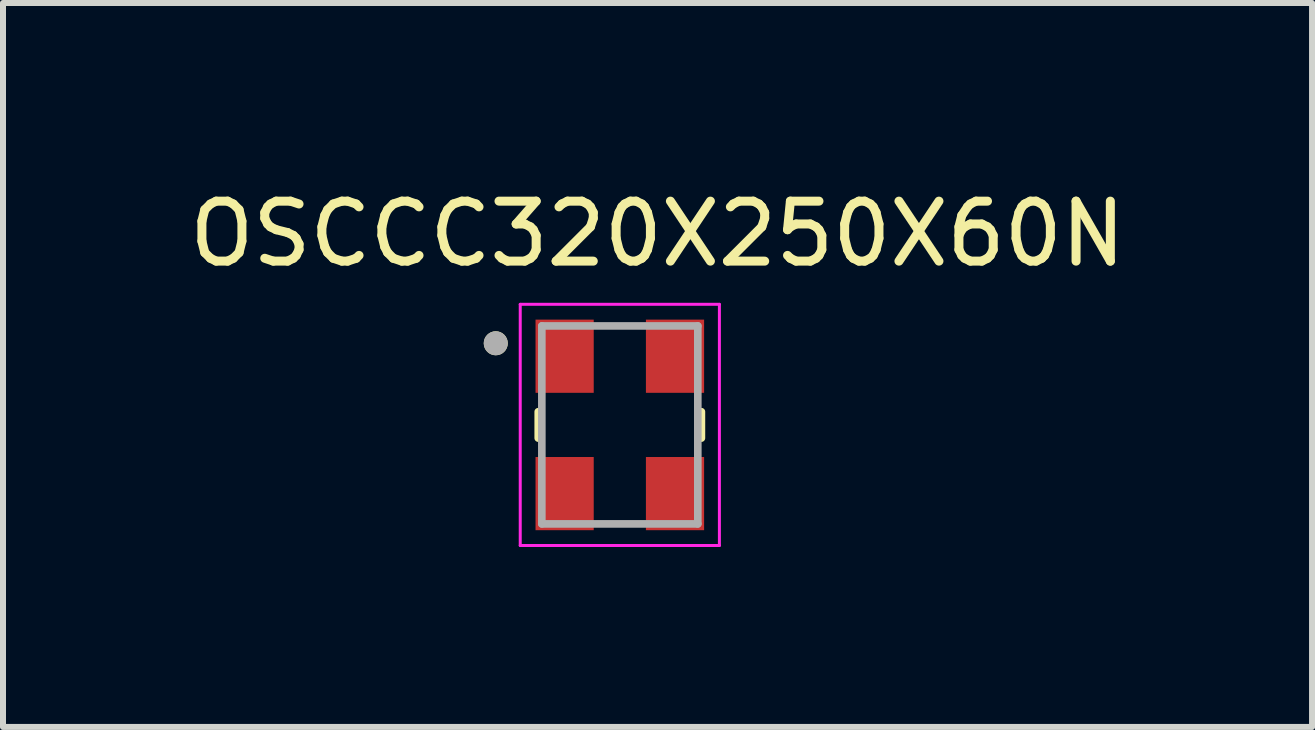
<source format=kicad_pcb>
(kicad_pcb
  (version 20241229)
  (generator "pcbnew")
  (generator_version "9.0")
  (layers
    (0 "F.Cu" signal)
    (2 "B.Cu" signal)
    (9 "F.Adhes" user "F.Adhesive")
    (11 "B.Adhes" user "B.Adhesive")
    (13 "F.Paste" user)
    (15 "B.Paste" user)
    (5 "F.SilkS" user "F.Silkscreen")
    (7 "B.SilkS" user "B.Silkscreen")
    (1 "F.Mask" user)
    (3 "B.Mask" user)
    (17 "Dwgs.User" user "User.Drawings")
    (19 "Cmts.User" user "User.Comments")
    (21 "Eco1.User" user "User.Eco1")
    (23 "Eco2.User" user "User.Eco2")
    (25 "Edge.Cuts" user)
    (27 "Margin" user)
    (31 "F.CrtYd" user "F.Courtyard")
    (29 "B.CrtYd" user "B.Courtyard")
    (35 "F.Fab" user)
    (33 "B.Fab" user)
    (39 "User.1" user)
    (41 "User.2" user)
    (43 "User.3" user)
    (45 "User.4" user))
  (footprint "OSCCC320X250X60N"
    (layer "F.Cu")
    (at 7.282 4.033)
    (property "Reference" "OSCCC320X250X60N" (at 0.629 -3.185 0) (layer "F.SilkS") (effects (font (size 1 1) (thickness 0.15))))
    (attr through_hole)
    (fp_line (start -1.36 -0.22) (end -1.36 0.22) (stroke (width 0.127) (type solid)) (layer "F.SilkS"))
    (fp_line (start 1.36 -0.22) (end 1.36 0.22) (stroke (width 0.127) (type solid)) (layer "F.SilkS"))
    (fp_circle (center -2.068 -1.361) (end -1.968 -1.361) (stroke (width 0.2) (type solid)) (fill no) (layer "F.SilkS"))
    (fp_line (start -1.66 -2.01) (end 1.66 -2.01) (stroke (width 0.05) (type solid)) (layer "F.CrtYd"))
    (fp_line (start -1.66 2.01) (end -1.66 -2.01) (stroke (width 0.05) (type solid)) (layer "F.CrtYd"))
    (fp_line (start 1.66 -2.01) (end 1.66 2.01) (stroke (width 0.05) (type solid)) (layer "F.CrtYd"))
    (fp_line (start 1.66 2.01) (end -1.66 2.01) (stroke (width 0.05) (type solid)) (layer "F.CrtYd"))
    (fp_line (start -1.3 -1.65) (end 1.3 -1.65) (stroke (width 0.127) (type solid)) (layer "F.Fab"))
    (fp_line (start -1.3 1.65) (end -1.3 -1.65) (stroke (width 0.127) (type solid)) (layer "F.Fab"))
    (fp_line (start 1.3 -1.65) (end 1.3 1.65) (stroke (width 0.127) (type solid)) (layer "F.Fab"))
    (fp_line (start 1.3 1.65) (end -1.3 1.65) (stroke (width 0.127) (type solid)) (layer "F.Fab"))
    (fp_circle (center -2.068 -1.361) (end -1.968 -1.361) (stroke (width 0.2) (type solid)) (fill no) (layer "F.Fab"))
    (pad "1" smd rect (at -0.92 -1.145 270) (size 1.22 0.97) (layers "F.Cu" "F.Mask" "F.Paste"))
    (pad "2" smd rect (at -0.92 1.145 270) (size 1.22 0.97) (layers "F.Cu" "F.Mask" "F.Paste"))
    (pad "3" smd rect (at 0.92 1.145 270) (size 1.22 0.97) (layers "F.Cu" "F.Mask" "F.Paste"))
    (pad "4" smd rect (at 0.92 -1.145 270) (size 1.22 0.97) (layers "F.Cu" "F.Mask" "F.Paste")))
  (gr_rect
    (start -3 -3)
    (end 18.821 9.068)
    (stroke (width 0.1) (type default))
    (fill no)
    (layer "Edge.Cuts")))
</source>
